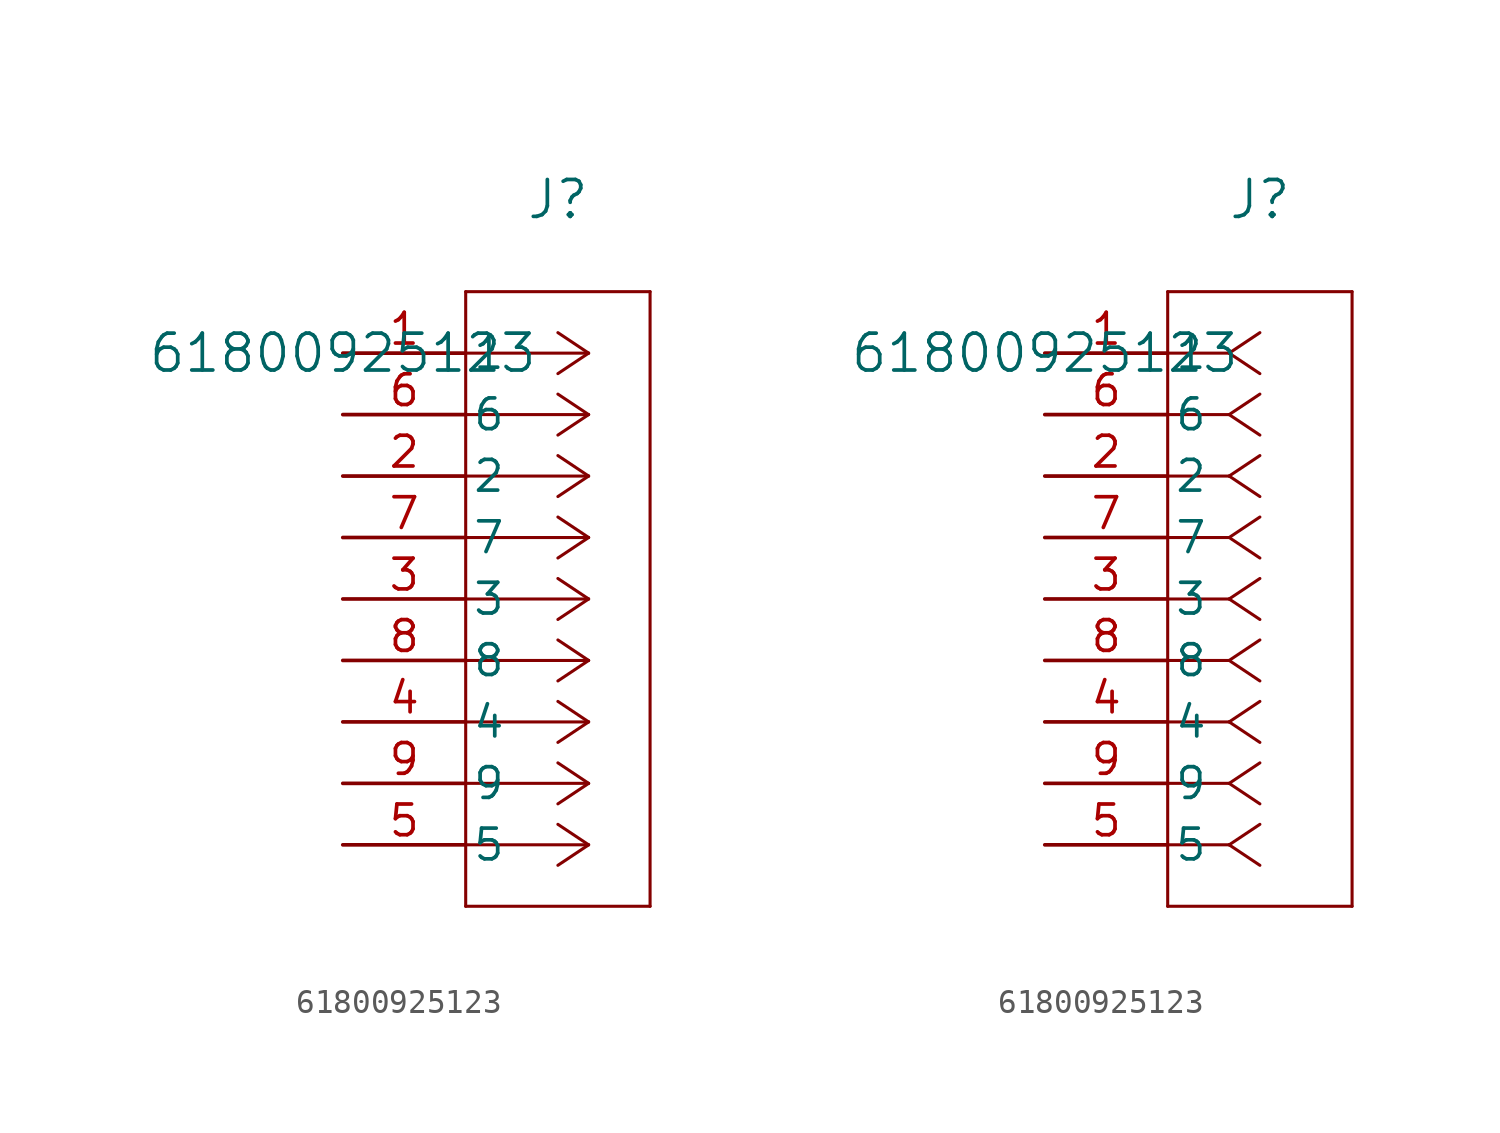
<source format=kicad_sym>
(kicad_symbol_lib
  (version 20211014)
  (generator kicad_symbol_editor)
  (symbol "61800925123"
    (pin_names
      (offset 0.254))
    (property "Reference" "J"
      (at 8.89 6.35 0)
      (effects (font (size 1.524 1.524))))
    (property "Value" "61800925123"
      (at 0 0 0)
      (effects (font (size 1.524 1.524))))
    (symbol "61800925123_1_1"
      (polyline (pts (xy 10.16 0) (xy 5.08 0)) (stroke (width 0.127) (type default) (color 0 0 0 0)) (fill (type none)))
      (polyline (pts (xy 10.16 -2.54) (xy 5.08 -2.54)) (stroke (width 0.127) (type default) (color 0 0 0 0)) (fill (type none)))
      (polyline (pts (xy 10.16 -5.08) (xy 5.08 -5.08)) (stroke (width 0.127) (type default) (color 0 0 0 0)) (fill (type none)))
      (polyline (pts (xy 10.16 -7.62) (xy 5.08 -7.62)) (stroke (width 0.127) (type default) (color 0 0 0 0)) (fill (type none)))
      (polyline (pts (xy 10.16 -10.16) (xy 5.08 -10.16)) (stroke (width 0.127) (type default) (color 0 0 0 0)) (fill (type none)))
      (polyline (pts (xy 10.16 -12.7) (xy 5.08 -12.7)) (stroke (width 0.127) (type default) (color 0 0 0 0)) (fill (type none)))
      (polyline (pts (xy 10.16 -15.24) (xy 5.08 -15.24)) (stroke (width 0.127) (type default) (color 0 0 0 0)) (fill (type none)))
      (polyline (pts (xy 10.16 -17.78) (xy 5.08 -17.78)) (stroke (width 0.127) (type default) (color 0 0 0 0)) (fill (type none)))
      (polyline (pts (xy 10.16 -20.32) (xy 5.08 -20.32)) (stroke (width 0.127) (type default) (color 0 0 0 0)) (fill (type none)))
      (polyline (pts (xy 10.16 0) (xy 8.89 0.847)) (stroke (width 0.127) (type default) (color 0 0 0 0)) (fill (type none)))
      (polyline (pts (xy 10.16 -2.54) (xy 8.89 -1.693)) (stroke (width 0.127) (type default) (color 0 0 0 0)) (fill (type none)))
      (polyline (pts (xy 10.16 -5.08) (xy 8.89 -4.233)) (stroke (width 0.127) (type default) (color 0 0 0 0)) (fill (type none)))
      (polyline (pts (xy 10.16 -7.62) (xy 8.89 -6.773)) (stroke (width 0.127) (type default) (color 0 0 0 0)) (fill (type none)))
      (polyline (pts (xy 10.16 -10.16) (xy 8.89 -9.313)) (stroke (width 0.127) (type default) (color 0 0 0 0)) (fill (type none)))
      (polyline (pts (xy 10.16 -12.7) (xy 8.89 -11.853)) (stroke (width 0.127) (type default) (color 0 0 0 0)) (fill (type none)))
      (polyline (pts (xy 10.16 -15.24) (xy 8.89 -14.393)) (stroke (width 0.127) (type default) (color 0 0 0 0)) (fill (type none)))
      (polyline (pts (xy 10.16 -17.78) (xy 8.89 -16.933)) (stroke (width 0.127) (type default) (color 0 0 0 0)) (fill (type none)))
      (polyline (pts (xy 10.16 -20.32) (xy 8.89 -19.473)) (stroke (width 0.127) (type default) (color 0 0 0 0)) (fill (type none)))
      (polyline (pts (xy 10.16 0) (xy 8.89 -0.847)) (stroke (width 0.127) (type default) (color 0 0 0 0)) (fill (type none)))
      (polyline (pts (xy 10.16 -2.54) (xy 8.89 -3.387)) (stroke (width 0.127) (type default) (color 0 0 0 0)) (fill (type none)))
      (polyline (pts (xy 10.16 -5.08) (xy 8.89 -5.927)) (stroke (width 0.127) (type default) (color 0 0 0 0)) (fill (type none)))
      (polyline (pts (xy 10.16 -7.62) (xy 8.89 -8.467)) (stroke (width 0.127) (type default) (color 0 0 0 0)) (fill (type none)))
      (polyline (pts (xy 10.16 -10.16) (xy 8.89 -11.007)) (stroke (width 0.127) (type default) (color 0 0 0 0)) (fill (type none)))
      (polyline (pts (xy 10.16 -12.7) (xy 8.89 -13.547)) (stroke (width 0.127) (type default) (color 0 0 0 0)) (fill (type none)))
      (polyline (pts (xy 10.16 -15.24) (xy 8.89 -16.087)) (stroke (width 0.127) (type default) (color 0 0 0 0)) (fill (type none)))
      (polyline (pts (xy 10.16 -17.78) (xy 8.89 -18.627)) (stroke (width 0.127) (type default) (color 0 0 0 0)) (fill (type none)))
      (polyline (pts (xy 10.16 -20.32) (xy 8.89 -21.167)) (stroke (width 0.127) (type default) (color 0 0 0 0)) (fill (type none)))
      (polyline (pts (xy 5.08 2.54) (xy 5.08 -22.86)) (stroke (width 0.127) (type default) (color 0 0 0 0)) (fill (type none)))
      (polyline (pts (xy 5.08 -22.86) (xy 12.7 -22.86)) (stroke (width 0.127) (type default) (color 0 0 0 0)) (fill (type none)))
      (polyline (pts (xy 12.7 -22.86) (xy 12.7 2.54)) (stroke (width 0.127) (type default) (color 0 0 0 0)) (fill (type none)))
      (polyline (pts (xy 12.7 2.54) (xy 5.08 2.54)) (stroke (width 0.127) (type default) (color 0 0 0 0)) (fill (type none)))
      (pin unspecified line (at 0 0 0) (length 5.08) (name "1" (effects (font (size 1.27 1.27)))) (number "1" (effects (font (size 1.27 1.27)))))
      (pin unspecified line (at 0 -2.54 0) (length 5.08) (name "6" (effects (font (size 1.27 1.27)))) (number "6" (effects (font (size 1.27 1.27)))))
      (pin unspecified line (at 0 -5.08 0) (length 5.08) (name "2" (effects (font (size 1.27 1.27)))) (number "2" (effects (font (size 1.27 1.27)))))
      (pin unspecified line (at 0 -7.62 0) (length 5.08) (name "7" (effects (font (size 1.27 1.27)))) (number "7" (effects (font (size 1.27 1.27)))))
      (pin unspecified line (at 0 -10.16 0) (length 5.08) (name "3" (effects (font (size 1.27 1.27)))) (number "3" (effects (font (size 1.27 1.27)))))
      (pin unspecified line (at 0 -12.7 0) (length 5.08) (name "8" (effects (font (size 1.27 1.27)))) (number "8" (effects (font (size 1.27 1.27)))))
      (pin unspecified line (at 0 -15.24 0) (length 5.08) (name "4" (effects (font (size 1.27 1.27)))) (number "4" (effects (font (size 1.27 1.27)))))
      (pin unspecified line (at 0 -17.78 0) (length 5.08) (name "9" (effects (font (size 1.27 1.27)))) (number "9" (effects (font (size 1.27 1.27)))))
      (pin unspecified line (at 0 -20.32 0) (length 5.08) (name "5" (effects (font (size 1.27 1.27)))) (number "5" (effects (font (size 1.27 1.27))))))
    (symbol "61800925123_1_2"
      (polyline (pts (xy 7.62 0) (xy 5.08 0)) (stroke (width 0.127) (type default) (color 0 0 0 0)) (fill (type none)))
      (polyline (pts (xy 7.62 -2.54) (xy 5.08 -2.54)) (stroke (width 0.127) (type default) (color 0 0 0 0)) (fill (type none)))
      (polyline (pts (xy 7.62 -5.08) (xy 5.08 -5.08)) (stroke (width 0.127) (type default) (color 0 0 0 0)) (fill (type none)))
      (polyline (pts (xy 7.62 -7.62) (xy 5.08 -7.62)) (stroke (width 0.127) (type default) (color 0 0 0 0)) (fill (type none)))
      (polyline (pts (xy 7.62 -10.16) (xy 5.08 -10.16)) (stroke (width 0.127) (type default) (color 0 0 0 0)) (fill (type none)))
      (polyline (pts (xy 7.62 -12.7) (xy 5.08 -12.7)) (stroke (width 0.127) (type default) (color 0 0 0 0)) (fill (type none)))
      (polyline (pts (xy 7.62 -15.24) (xy 5.08 -15.24)) (stroke (width 0.127) (type default) (color 0 0 0 0)) (fill (type none)))
      (polyline (pts (xy 7.62 -17.78) (xy 5.08 -17.78)) (stroke (width 0.127) (type default) (color 0 0 0 0)) (fill (type none)))
      (polyline (pts (xy 7.62 -20.32) (xy 5.08 -20.32)) (stroke (width 0.127) (type default) (color 0 0 0 0)) (fill (type none)))
      (polyline (pts (xy 7.62 0) (xy 8.89 0.847)) (stroke (width 0.127) (type default) (color 0 0 0 0)) (fill (type none)))
      (polyline (pts (xy 7.62 -2.54) (xy 8.89 -1.693)) (stroke (width 0.127) (type default) (color 0 0 0 0)) (fill (type none)))
      (polyline (pts (xy 7.62 -5.08) (xy 8.89 -4.233)) (stroke (width 0.127) (type default) (color 0 0 0 0)) (fill (type none)))
      (polyline (pts (xy 7.62 -7.62) (xy 8.89 -6.773)) (stroke (width 0.127) (type default) (color 0 0 0 0)) (fill (type none)))
      (polyline (pts (xy 7.62 -10.16) (xy 8.89 -9.313)) (stroke (width 0.127) (type default) (color 0 0 0 0)) (fill (type none)))
      (polyline (pts (xy 7.62 -12.7) (xy 8.89 -11.853)) (stroke (width 0.127) (type default) (color 0 0 0 0)) (fill (type none)))
      (polyline (pts (xy 7.62 -15.24) (xy 8.89 -14.393)) (stroke (width 0.127) (type default) (color 0 0 0 0)) (fill (type none)))
      (polyline (pts (xy 7.62 -17.78) (xy 8.89 -16.933)) (stroke (width 0.127) (type default) (color 0 0 0 0)) (fill (type none)))
      (polyline (pts (xy 7.62 -20.32) (xy 8.89 -19.473)) (stroke (width 0.127) (type default) (color 0 0 0 0)) (fill (type none)))
      (polyline (pts (xy 7.62 0) (xy 8.89 -0.847)) (stroke (width 0.127) (type default) (color 0 0 0 0)) (fill (type none)))
      (polyline (pts (xy 7.62 -2.54) (xy 8.89 -3.387)) (stroke (width 0.127) (type default) (color 0 0 0 0)) (fill (type none)))
      (polyline (pts (xy 7.62 -5.08) (xy 8.89 -5.927)) (stroke (width 0.127) (type default) (color 0 0 0 0)) (fill (type none)))
      (polyline (pts (xy 7.62 -7.62) (xy 8.89 -8.467)) (stroke (width 0.127) (type default) (color 0 0 0 0)) (fill (type none)))
      (polyline (pts (xy 7.62 -10.16) (xy 8.89 -11.007)) (stroke (width 0.127) (type default) (color 0 0 0 0)) (fill (type none)))
      (polyline (pts (xy 7.62 -12.7) (xy 8.89 -13.547)) (stroke (width 0.127) (type default) (color 0 0 0 0)) (fill (type none)))
      (polyline (pts (xy 7.62 -15.24) (xy 8.89 -16.087)) (stroke (width 0.127) (type default) (color 0 0 0 0)) (fill (type none)))
      (polyline (pts (xy 7.62 -17.78) (xy 8.89 -18.627)) (stroke (width 0.127) (type default) (color 0 0 0 0)) (fill (type none)))
      (polyline (pts (xy 7.62 -20.32) (xy 8.89 -21.167)) (stroke (width 0.127) (type default) (color 0 0 0 0)) (fill (type none)))
      (polyline (pts (xy 5.08 2.54) (xy 5.08 -22.86)) (stroke (width 0.127) (type default) (color 0 0 0 0)) (fill (type none)))
      (polyline (pts (xy 5.08 -22.86) (xy 12.7 -22.86)) (stroke (width 0.127) (type default) (color 0 0 0 0)) (fill (type none)))
      (polyline (pts (xy 12.7 -22.86) (xy 12.7 2.54)) (stroke (width 0.127) (type default) (color 0 0 0 0)) (fill (type none)))
      (polyline (pts (xy 12.7 2.54) (xy 5.08 2.54)) (stroke (width 0.127) (type default) (color 0 0 0 0)) (fill (type none)))
      (pin unspecified line (at 0 0 0) (length 5.08) (name "1" (effects (font (size 1.27 1.27)))) (number "1" (effects (font (size 1.27 1.27)))))
      (pin unspecified line (at 0 -2.54 0) (length 5.08) (name "6" (effects (font (size 1.27 1.27)))) (number "6" (effects (font (size 1.27 1.27)))))
      (pin unspecified line (at 0 -5.08 0) (length 5.08) (name "2" (effects (font (size 1.27 1.27)))) (number "2" (effects (font (size 1.27 1.27)))))
      (pin unspecified line (at 0 -7.62 0) (length 5.08) (name "7" (effects (font (size 1.27 1.27)))) (number "7" (effects (font (size 1.27 1.27)))))
      (pin unspecified line (at 0 -10.16 0) (length 5.08) (name "3" (effects (font (size 1.27 1.27)))) (number "3" (effects (font (size 1.27 1.27)))))
      (pin unspecified line (at 0 -12.7 0) (length 5.08) (name "8" (effects (font (size 1.27 1.27)))) (number "8" (effects (font (size 1.27 1.27)))))
      (pin unspecified line (at 0 -15.24 0) (length 5.08) (name "4" (effects (font (size 1.27 1.27)))) (number "4" (effects (font (size 1.27 1.27)))))
      (pin unspecified line (at 0 -17.78 0) (length 5.08) (name "9" (effects (font (size 1.27 1.27)))) (number "9" (effects (font (size 1.27 1.27)))))
      (pin unspecified line (at 0 -20.32 0) (length 5.08) (name "5" (effects (font (size 1.27 1.27)))) (number "5" (effects (font (size 1.27 1.27))))))))
</source>
